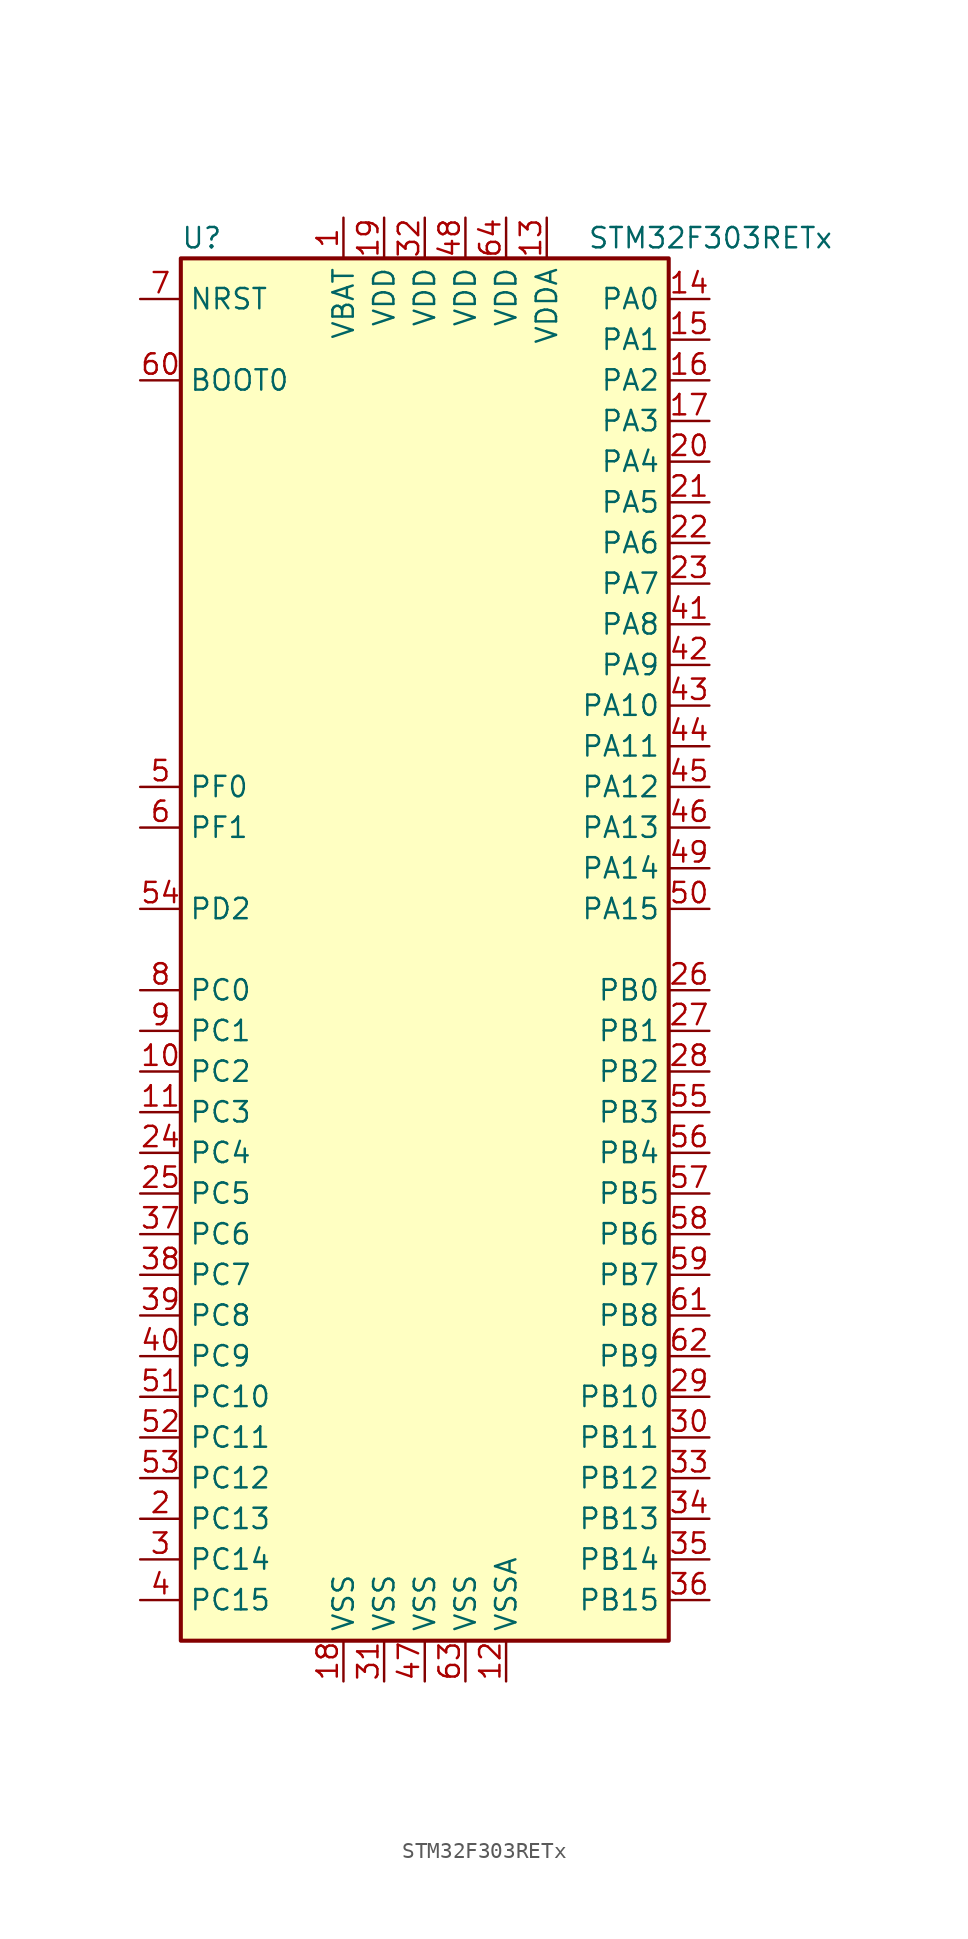
<source format=kicad_sym>
(kicad_symbol_lib
  (version 20211014)
  (generator kicad_symbol_editor)
  (symbol "STM32F303RETx"
    (property "Reference" "U"
      (at -15.24 44.45 0)
      (effects (font (size 1.27 1.27)) (justify left)))
    (property "Value" "STM32F303RETx"
      (at 10.16 44.45 0)
      (effects (font (size 1.27 1.27)) (justify left)))
    (symbol "STM32F303RETx_0_1"
      (rectangle (start -15.24 -43.18) (end 15.24 43.18) (stroke (width 0.254) (type default) (color 0 0 0 0)) (fill (type background))))
    (symbol "STM32F303RETx_1_1"
      (pin power_in line (at -5.08 45.72 270) (length 2.54) (name "VBAT" (effects (font (size 1.27 1.27)))) (number "1" (effects (font (size 1.27 1.27)))))
      (pin bidirectional line (at -17.78 -7.62 0) (length 2.54) (name "PC2" (effects (font (size 1.27 1.27)))) (number "10" (effects (font (size 1.27 1.27)))))
      (pin bidirectional line (at -17.78 -10.16 0) (length 2.54) (name "PC3" (effects (font (size 1.27 1.27)))) (number "11" (effects (font (size 1.27 1.27)))))
      (pin power_in line (at 5.08 -45.72 90) (length 2.54) (name "VSSA" (effects (font (size 1.27 1.27)))) (number "12" (effects (font (size 1.27 1.27)))))
      (pin power_in line (at 7.62 45.72 270) (length 2.54) (name "VDDA" (effects (font (size 1.27 1.27)))) (number "13" (effects (font (size 1.27 1.27)))))
      (pin bidirectional line (at 17.78 40.64 180) (length 2.54) (name "PA0" (effects (font (size 1.27 1.27)))) (number "14" (effects (font (size 1.27 1.27)))))
      (pin bidirectional line (at 17.78 38.1 180) (length 2.54) (name "PA1" (effects (font (size 1.27 1.27)))) (number "15" (effects (font (size 1.27 1.27)))))
      (pin bidirectional line (at 17.78 35.56 180) (length 2.54) (name "PA2" (effects (font (size 1.27 1.27)))) (number "16" (effects (font (size 1.27 1.27)))))
      (pin bidirectional line (at 17.78 33.02 180) (length 2.54) (name "PA3" (effects (font (size 1.27 1.27)))) (number "17" (effects (font (size 1.27 1.27)))))
      (pin power_in line (at -5.08 -45.72 90) (length 2.54) (name "VSS" (effects (font (size 1.27 1.27)))) (number "18" (effects (font (size 1.27 1.27)))))
      (pin power_in line (at -2.54 45.72 270) (length 2.54) (name "VDD" (effects (font (size 1.27 1.27)))) (number "19" (effects (font (size 1.27 1.27)))))
      (pin bidirectional line (at -17.78 -35.56 0) (length 2.54) (name "PC13" (effects (font (size 1.27 1.27)))) (number "2" (effects (font (size 1.27 1.27)))))
      (pin bidirectional line (at 17.78 30.48 180) (length 2.54) (name "PA4" (effects (font (size 1.27 1.27)))) (number "20" (effects (font (size 1.27 1.27)))))
      (pin bidirectional line (at 17.78 27.94 180) (length 2.54) (name "PA5" (effects (font (size 1.27 1.27)))) (number "21" (effects (font (size 1.27 1.27)))))
      (pin bidirectional line (at 17.78 25.4 180) (length 2.54) (name "PA6" (effects (font (size 1.27 1.27)))) (number "22" (effects (font (size 1.27 1.27)))))
      (pin bidirectional line (at 17.78 22.86 180) (length 2.54) (name "PA7" (effects (font (size 1.27 1.27)))) (number "23" (effects (font (size 1.27 1.27)))))
      (pin bidirectional line (at -17.78 -12.7 0) (length 2.54) (name "PC4" (effects (font (size 1.27 1.27)))) (number "24" (effects (font (size 1.27 1.27)))))
      (pin bidirectional line (at -17.78 -15.24 0) (length 2.54) (name "PC5" (effects (font (size 1.27 1.27)))) (number "25" (effects (font (size 1.27 1.27)))))
      (pin bidirectional line (at 17.78 -2.54 180) (length 2.54) (name "PB0" (effects (font (size 1.27 1.27)))) (number "26" (effects (font (size 1.27 1.27)))))
      (pin bidirectional line (at 17.78 -5.08 180) (length 2.54) (name "PB1" (effects (font (size 1.27 1.27)))) (number "27" (effects (font (size 1.27 1.27)))))
      (pin bidirectional line (at 17.78 -7.62 180) (length 2.54) (name "PB2" (effects (font (size 1.27 1.27)))) (number "28" (effects (font (size 1.27 1.27)))))
      (pin bidirectional line (at 17.78 -27.94 180) (length 2.54) (name "PB10" (effects (font (size 1.27 1.27)))) (number "29" (effects (font (size 1.27 1.27)))))
      (pin bidirectional line (at -17.78 -38.1 0) (length 2.54) (name "PC14" (effects (font (size 1.27 1.27)))) (number "3" (effects (font (size 1.27 1.27)))))
      (pin bidirectional line (at 17.78 -30.48 180) (length 2.54) (name "PB11" (effects (font (size 1.27 1.27)))) (number "30" (effects (font (size 1.27 1.27)))))
      (pin power_in line (at -2.54 -45.72 90) (length 2.54) (name "VSS" (effects (font (size 1.27 1.27)))) (number "31" (effects (font (size 1.27 1.27)))))
      (pin power_in line (at 0 45.72 270) (length 2.54) (name "VDD" (effects (font (size 1.27 1.27)))) (number "32" (effects (font (size 1.27 1.27)))))
      (pin bidirectional line (at 17.78 -33.02 180) (length 2.54) (name "PB12" (effects (font (size 1.27 1.27)))) (number "33" (effects (font (size 1.27 1.27)))))
      (pin bidirectional line (at 17.78 -35.56 180) (length 2.54) (name "PB13" (effects (font (size 1.27 1.27)))) (number "34" (effects (font (size 1.27 1.27)))))
      (pin bidirectional line (at 17.78 -38.1 180) (length 2.54) (name "PB14" (effects (font (size 1.27 1.27)))) (number "35" (effects (font (size 1.27 1.27)))))
      (pin bidirectional line (at 17.78 -40.64 180) (length 2.54) (name "PB15" (effects (font (size 1.27 1.27)))) (number "36" (effects (font (size 1.27 1.27)))))
      (pin bidirectional line (at -17.78 -17.78 0) (length 2.54) (name "PC6" (effects (font (size 1.27 1.27)))) (number "37" (effects (font (size 1.27 1.27)))))
      (pin bidirectional line (at -17.78 -20.32 0) (length 2.54) (name "PC7" (effects (font (size 1.27 1.27)))) (number "38" (effects (font (size 1.27 1.27)))))
      (pin bidirectional line (at -17.78 -22.86 0) (length 2.54) (name "PC8" (effects (font (size 1.27 1.27)))) (number "39" (effects (font (size 1.27 1.27)))))
      (pin bidirectional line (at -17.78 -40.64 0) (length 2.54) (name "PC15" (effects (font (size 1.27 1.27)))) (number "4" (effects (font (size 1.27 1.27)))))
      (pin bidirectional line (at -17.78 -25.4 0) (length 2.54) (name "PC9" (effects (font (size 1.27 1.27)))) (number "40" (effects (font (size 1.27 1.27)))))
      (pin bidirectional line (at 17.78 20.32 180) (length 2.54) (name "PA8" (effects (font (size 1.27 1.27)))) (number "41" (effects (font (size 1.27 1.27)))))
      (pin bidirectional line (at 17.78 17.78 180) (length 2.54) (name "PA9" (effects (font (size 1.27 1.27)))) (number "42" (effects (font (size 1.27 1.27)))))
      (pin bidirectional line (at 17.78 15.24 180) (length 2.54) (name "PA10" (effects (font (size 1.27 1.27)))) (number "43" (effects (font (size 1.27 1.27)))))
      (pin bidirectional line (at 17.78 12.7 180) (length 2.54) (name "PA11" (effects (font (size 1.27 1.27)))) (number "44" (effects (font (size 1.27 1.27)))))
      (pin bidirectional line (at 17.78 10.16 180) (length 2.54) (name "PA12" (effects (font (size 1.27 1.27)))) (number "45" (effects (font (size 1.27 1.27)))))
      (pin bidirectional line (at 17.78 7.62 180) (length 2.54) (name "PA13" (effects (font (size 1.27 1.27)))) (number "46" (effects (font (size 1.27 1.27)))))
      (pin power_in line (at 0 -45.72 90) (length 2.54) (name "VSS" (effects (font (size 1.27 1.27)))) (number "47" (effects (font (size 1.27 1.27)))))
      (pin power_in line (at 2.54 45.72 270) (length 2.54) (name "VDD" (effects (font (size 1.27 1.27)))) (number "48" (effects (font (size 1.27 1.27)))))
      (pin bidirectional line (at 17.78 5.08 180) (length 2.54) (name "PA14" (effects (font (size 1.27 1.27)))) (number "49" (effects (font (size 1.27 1.27)))))
      (pin input line (at -17.78 10.16 0) (length 2.54) (name "PF0" (effects (font (size 1.27 1.27)))) (number "5" (effects (font (size 1.27 1.27)))))
      (pin bidirectional line (at 17.78 2.54 180) (length 2.54) (name "PA15" (effects (font (size 1.27 1.27)))) (number "50" (effects (font (size 1.27 1.27)))))
      (pin bidirectional line (at -17.78 -27.94 0) (length 2.54) (name "PC10" (effects (font (size 1.27 1.27)))) (number "51" (effects (font (size 1.27 1.27)))))
      (pin bidirectional line (at -17.78 -30.48 0) (length 2.54) (name "PC11" (effects (font (size 1.27 1.27)))) (number "52" (effects (font (size 1.27 1.27)))))
      (pin bidirectional line (at -17.78 -33.02 0) (length 2.54) (name "PC12" (effects (font (size 1.27 1.27)))) (number "53" (effects (font (size 1.27 1.27)))))
      (pin bidirectional line (at -17.78 2.54 0) (length 2.54) (name "PD2" (effects (font (size 1.27 1.27)))) (number "54" (effects (font (size 1.27 1.27)))))
      (pin bidirectional line (at 17.78 -10.16 180) (length 2.54) (name "PB3" (effects (font (size 1.27 1.27)))) (number "55" (effects (font (size 1.27 1.27)))))
      (pin bidirectional line (at 17.78 -12.7 180) (length 2.54) (name "PB4" (effects (font (size 1.27 1.27)))) (number "56" (effects (font (size 1.27 1.27)))))
      (pin bidirectional line (at 17.78 -15.24 180) (length 2.54) (name "PB5" (effects (font (size 1.27 1.27)))) (number "57" (effects (font (size 1.27 1.27)))))
      (pin bidirectional line (at 17.78 -17.78 180) (length 2.54) (name "PB6" (effects (font (size 1.27 1.27)))) (number "58" (effects (font (size 1.27 1.27)))))
      (pin bidirectional line (at 17.78 -20.32 180) (length 2.54) (name "PB7" (effects (font (size 1.27 1.27)))) (number "59" (effects (font (size 1.27 1.27)))))
      (pin input line (at -17.78 7.62 0) (length 2.54) (name "PF1" (effects (font (size 1.27 1.27)))) (number "6" (effects (font (size 1.27 1.27)))))
      (pin input line (at -17.78 35.56 0) (length 2.54) (name "BOOT0" (effects (font (size 1.27 1.27)))) (number "60" (effects (font (size 1.27 1.27)))))
      (pin bidirectional line (at 17.78 -22.86 180) (length 2.54) (name "PB8" (effects (font (size 1.27 1.27)))) (number "61" (effects (font (size 1.27 1.27)))))
      (pin bidirectional line (at 17.78 -25.4 180) (length 2.54) (name "PB9" (effects (font (size 1.27 1.27)))) (number "62" (effects (font (size 1.27 1.27)))))
      (pin power_in line (at 2.54 -45.72 90) (length 2.54) (name "VSS" (effects (font (size 1.27 1.27)))) (number "63" (effects (font (size 1.27 1.27)))))
      (pin power_in line (at 5.08 45.72 270) (length 2.54) (name "VDD" (effects (font (size 1.27 1.27)))) (number "64" (effects (font (size 1.27 1.27)))))
      (pin input line (at -17.78 40.64 0) (length 2.54) (name "NRST" (effects (font (size 1.27 1.27)))) (number "7" (effects (font (size 1.27 1.27)))))
      (pin bidirectional line (at -17.78 -2.54 0) (length 2.54) (name "PC0" (effects (font (size 1.27 1.27)))) (number "8" (effects (font (size 1.27 1.27)))))
      (pin bidirectional line (at -17.78 -5.08 0) (length 2.54) (name "PC1" (effects (font (size 1.27 1.27)))) (number "9" (effects (font (size 1.27 1.27))))))))
</source>
